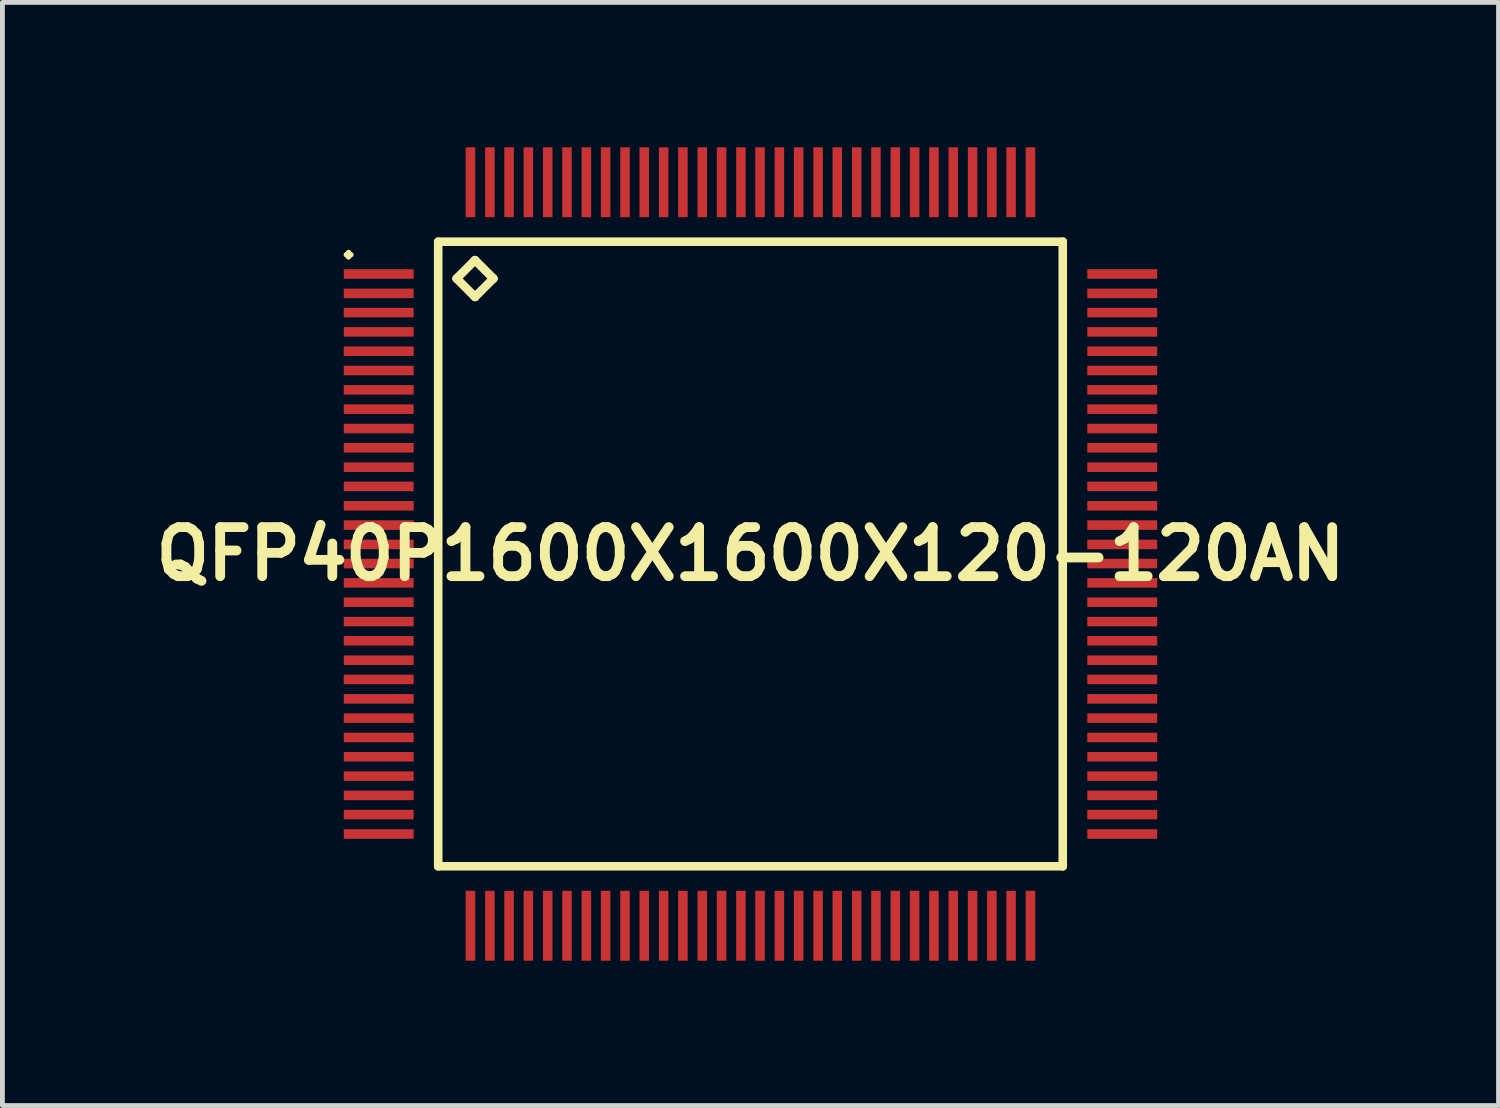
<source format=kicad_pcb>
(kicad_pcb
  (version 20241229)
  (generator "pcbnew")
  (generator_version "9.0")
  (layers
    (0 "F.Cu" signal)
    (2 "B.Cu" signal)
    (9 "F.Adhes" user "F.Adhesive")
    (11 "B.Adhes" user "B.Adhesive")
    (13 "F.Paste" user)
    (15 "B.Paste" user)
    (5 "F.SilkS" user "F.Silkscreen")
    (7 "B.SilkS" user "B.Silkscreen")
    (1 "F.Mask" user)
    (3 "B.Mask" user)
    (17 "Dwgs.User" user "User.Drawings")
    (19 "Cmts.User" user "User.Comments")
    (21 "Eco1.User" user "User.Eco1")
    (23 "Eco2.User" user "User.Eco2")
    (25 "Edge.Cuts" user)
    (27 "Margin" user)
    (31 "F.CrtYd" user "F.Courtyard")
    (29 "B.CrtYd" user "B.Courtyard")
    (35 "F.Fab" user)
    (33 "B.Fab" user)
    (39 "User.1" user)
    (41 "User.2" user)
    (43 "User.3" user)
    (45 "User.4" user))
  (footprint "QFP40P1600X1600X120-120AN"
    (layer "F.Cu")
    (at 12.492 8.423)
    (property "Reference" "QFP40P1600X1600X120-120AN" (at 0 0 0) (layer "F.SilkS") (effects (font (size 1.016 1.016) (thickness 0.203))))
    (attr smd)
    (fp_line (start -8.374 -6.198) (end -8.324 -6.248) (stroke (width 0.099) (type solid)) (layer "F.SilkS"))
    (fp_line (start -8.324 -6.248) (end -8.273 -6.198) (stroke (width 0.099) (type solid)) (layer "F.SilkS"))
    (fp_line (start -8.324 -6.149) (end -8.374 -6.198) (stroke (width 0.099) (type solid)) (layer "F.SilkS"))
    (fp_line (start -8.273 -6.198) (end -8.324 -6.149) (stroke (width 0.099) (type solid)) (layer "F.SilkS"))
    (fp_line (start -6.467 -6.467) (end -6.467 6.467) (stroke (width 0.178) (type solid)) (layer "F.SilkS"))
    (fp_line (start -6.467 6.467) (end 6.467 6.467) (stroke (width 0.178) (type solid)) (layer "F.SilkS"))
    (fp_line (start -6.086 -5.705) (end -5.705 -6.086) (stroke (width 0.178) (type solid)) (layer "F.SilkS"))
    (fp_line (start -5.705 -6.086) (end -5.324 -5.705) (stroke (width 0.178) (type solid)) (layer "F.SilkS"))
    (fp_line (start -5.705 -5.324) (end -6.086 -5.705) (stroke (width 0.178) (type solid)) (layer "F.SilkS"))
    (fp_line (start -5.324 -5.705) (end -5.705 -5.324) (stroke (width 0.178) (type solid)) (layer "F.SilkS"))
    (fp_line (start 6.467 -6.467) (end -6.467 -6.467) (stroke (width 0.178) (type solid)) (layer "F.SilkS"))
    (fp_line (start 6.467 6.467) (end 6.467 -6.467) (stroke (width 0.178) (type solid)) (layer "F.SilkS"))
    (pad "1" smd rect (at -7.699 -5.799) (size 1.448 0.198) (layers "F.Cu" "F.Mask" "F.Paste"))
    (pad "2" smd rect (at -7.699 -5.397) (size 1.448 0.198) (layers "F.Cu" "F.Mask" "F.Paste"))
    (pad "3" smd rect (at -7.699 -4.999) (size 1.448 0.198) (layers "F.Cu" "F.Mask" "F.Paste"))
    (pad "4" smd rect (at -7.699 -4.6) (size 1.448 0.198) (layers "F.Cu" "F.Mask" "F.Paste"))
    (pad "5" smd rect (at -7.699 -4.199) (size 1.448 0.198) (layers "F.Cu" "F.Mask" "F.Paste"))
    (pad "6" smd rect (at -7.699 -3.8) (size 1.448 0.198) (layers "F.Cu" "F.Mask" "F.Paste"))
    (pad "7" smd rect (at -7.699 -3.399) (size 1.448 0.198) (layers "F.Cu" "F.Mask" "F.Paste"))
    (pad "8" smd rect (at -7.699 -3) (size 1.448 0.198) (layers "F.Cu" "F.Mask" "F.Paste"))
    (pad "9" smd rect (at -7.699 -2.598) (size 1.448 0.198) (layers "F.Cu" "F.Mask" "F.Paste"))
    (pad "10" smd rect (at -7.699 -2.2) (size 1.448 0.198) (layers "F.Cu" "F.Mask" "F.Paste"))
    (pad "11" smd rect (at -7.699 -1.798) (size 1.448 0.198) (layers "F.Cu" "F.Mask" "F.Paste"))
    (pad "12" smd rect (at -7.699 -1.4) (size 1.448 0.198) (layers "F.Cu" "F.Mask" "F.Paste"))
    (pad "13" smd rect (at -7.699 -0.998) (size 1.448 0.198) (layers "F.Cu" "F.Mask" "F.Paste"))
    (pad "14" smd rect (at -7.699 -0.599) (size 1.448 0.198) (layers "F.Cu" "F.Mask" "F.Paste"))
    (pad "15" smd rect (at -7.699 -0.198) (size 1.448 0.198) (layers "F.Cu" "F.Mask" "F.Paste"))
    (pad "16" smd rect (at -7.699 0.198) (size 1.448 0.198) (layers "F.Cu" "F.Mask" "F.Paste"))
    (pad "17" smd rect (at -7.699 0.599) (size 1.448 0.198) (layers "F.Cu" "F.Mask" "F.Paste"))
    (pad "18" smd rect (at -7.699 0.998) (size 1.448 0.198) (layers "F.Cu" "F.Mask" "F.Paste"))
    (pad "19" smd rect (at -7.699 1.4) (size 1.448 0.198) (layers "F.Cu" "F.Mask" "F.Paste"))
    (pad "20" smd rect (at -7.699 1.798) (size 1.448 0.198) (layers "F.Cu" "F.Mask" "F.Paste"))
    (pad "21" smd rect (at -7.699 2.2) (size 1.448 0.198) (layers "F.Cu" "F.Mask" "F.Paste"))
    (pad "22" smd rect (at -7.699 2.598) (size 1.448 0.198) (layers "F.Cu" "F.Mask" "F.Paste"))
    (pad "23" smd rect (at -7.699 3) (size 1.448 0.198) (layers "F.Cu" "F.Mask" "F.Paste"))
    (pad "24" smd rect (at -7.699 3.399) (size 1.448 0.198) (layers "F.Cu" "F.Mask" "F.Paste"))
    (pad "25" smd rect (at -7.699 3.8) (size 1.448 0.198) (layers "F.Cu" "F.Mask" "F.Paste"))
    (pad "26" smd rect (at -7.699 4.199) (size 1.448 0.198) (layers "F.Cu" "F.Mask" "F.Paste"))
    (pad "27" smd rect (at -7.699 4.6) (size 1.448 0.198) (layers "F.Cu" "F.Mask" "F.Paste"))
    (pad "28" smd rect (at -7.699 4.999) (size 1.448 0.198) (layers "F.Cu" "F.Mask" "F.Paste"))
    (pad "29" smd rect (at -7.699 5.397) (size 1.448 0.198) (layers "F.Cu" "F.Mask" "F.Paste"))
    (pad "30" smd rect (at -7.699 5.799) (size 1.448 0.198) (layers "F.Cu" "F.Mask" "F.Paste"))
    (pad "31" smd rect (at -5.799 7.699) (size 0.198 1.448) (layers "F.Cu" "F.Mask" "F.Paste"))
    (pad "32" smd rect (at -5.397 7.699) (size 0.198 1.448) (layers "F.Cu" "F.Mask" "F.Paste"))
    (pad "33" smd rect (at -4.999 7.699) (size 0.198 1.448) (layers "F.Cu" "F.Mask" "F.Paste"))
    (pad "34" smd rect (at -4.6 7.699) (size 0.198 1.448) (layers "F.Cu" "F.Mask" "F.Paste"))
    (pad "35" smd rect (at -4.199 7.699) (size 0.198 1.448) (layers "F.Cu" "F.Mask" "F.Paste"))
    (pad "36" smd rect (at -3.8 7.699) (size 0.198 1.448) (layers "F.Cu" "F.Mask" "F.Paste"))
    (pad "37" smd rect (at -3.399 7.699) (size 0.198 1.448) (layers "F.Cu" "F.Mask" "F.Paste"))
    (pad "38" smd rect (at -3 7.699) (size 0.198 1.448) (layers "F.Cu" "F.Mask" "F.Paste"))
    (pad "39" smd rect (at -2.598 7.699) (size 0.198 1.448) (layers "F.Cu" "F.Mask" "F.Paste"))
    (pad "40" smd rect (at -2.2 7.699) (size 0.198 1.448) (layers "F.Cu" "F.Mask" "F.Paste"))
    (pad "41" smd rect (at -1.798 7.699) (size 0.198 1.448) (layers "F.Cu" "F.Mask" "F.Paste"))
    (pad "42" smd rect (at -1.4 7.699) (size 0.198 1.448) (layers "F.Cu" "F.Mask" "F.Paste"))
    (pad "43" smd rect (at -0.998 7.699) (size 0.198 1.448) (layers "F.Cu" "F.Mask" "F.Paste"))
    (pad "44" smd rect (at -0.599 7.699) (size 0.198 1.448) (layers "F.Cu" "F.Mask" "F.Paste"))
    (pad "45" smd rect (at -0.198 7.699) (size 0.198 1.448) (layers "F.Cu" "F.Mask" "F.Paste"))
    (pad "46" smd rect (at 0.198 7.699) (size 0.198 1.448) (layers "F.Cu" "F.Mask" "F.Paste"))
    (pad "47" smd rect (at 0.599 7.699) (size 0.198 1.448) (layers "F.Cu" "F.Mask" "F.Paste"))
    (pad "48" smd rect (at 0.998 7.699) (size 0.198 1.448) (layers "F.Cu" "F.Mask" "F.Paste"))
    (pad "49" smd rect (at 1.4 7.699) (size 0.198 1.448) (layers "F.Cu" "F.Mask" "F.Paste"))
    (pad "50" smd rect (at 1.798 7.699) (size 0.198 1.448) (layers "F.Cu" "F.Mask" "F.Paste"))
    (pad "51" smd rect (at 2.2 7.699) (size 0.198 1.448) (layers "F.Cu" "F.Mask" "F.Paste"))
    (pad "52" smd rect (at 2.598 7.699) (size 0.198 1.448) (layers "F.Cu" "F.Mask" "F.Paste"))
    (pad "53" smd rect (at 3 7.699) (size 0.198 1.448) (layers "F.Cu" "F.Mask" "F.Paste"))
    (pad "54" smd rect (at 3.399 7.699) (size 0.198 1.448) (layers "F.Cu" "F.Mask" "F.Paste"))
    (pad "55" smd rect (at 3.8 7.699) (size 0.198 1.448) (layers "F.Cu" "F.Mask" "F.Paste"))
    (pad "56" smd rect (at 4.199 7.699) (size 0.198 1.448) (layers "F.Cu" "F.Mask" "F.Paste"))
    (pad "57" smd rect (at 4.6 7.699) (size 0.198 1.448) (layers "F.Cu" "F.Mask" "F.Paste"))
    (pad "58" smd rect (at 4.999 7.699) (size 0.198 1.448) (layers "F.Cu" "F.Mask" "F.Paste"))
    (pad "59" smd rect (at 5.397 7.699) (size 0.198 1.448) (layers "F.Cu" "F.Mask" "F.Paste"))
    (pad "60" smd rect (at 5.799 7.699) (size 0.198 1.448) (layers "F.Cu" "F.Mask" "F.Paste"))
    (pad "61" smd rect (at 7.699 5.799) (size 1.448 0.198) (layers "F.Cu" "F.Mask" "F.Paste"))
    (pad "62" smd rect (at 7.699 5.397) (size 1.448 0.198) (layers "F.Cu" "F.Mask" "F.Paste"))
    (pad "63" smd rect (at 7.699 4.999) (size 1.448 0.198) (layers "F.Cu" "F.Mask" "F.Paste"))
    (pad "64" smd rect (at 7.699 4.6) (size 1.448 0.198) (layers "F.Cu" "F.Mask" "F.Paste"))
    (pad "65" smd rect (at 7.699 4.199) (size 1.448 0.198) (layers "F.Cu" "F.Mask" "F.Paste"))
    (pad "66" smd rect (at 7.699 3.8) (size 1.448 0.198) (layers "F.Cu" "F.Mask" "F.Paste"))
    (pad "67" smd rect (at 7.699 3.399) (size 1.448 0.198) (layers "F.Cu" "F.Mask" "F.Paste"))
    (pad "68" smd rect (at 7.699 3) (size 1.448 0.198) (layers "F.Cu" "F.Mask" "F.Paste"))
    (pad "69" smd rect (at 7.699 2.598) (size 1.448 0.198) (layers "F.Cu" "F.Mask" "F.Paste"))
    (pad "70" smd rect (at 7.699 2.2) (size 1.448 0.198) (layers "F.Cu" "F.Mask" "F.Paste"))
    (pad "71" smd rect (at 7.699 1.798) (size 1.448 0.198) (layers "F.Cu" "F.Mask" "F.Paste"))
    (pad "72" smd rect (at 7.699 1.4) (size 1.448 0.198) (layers "F.Cu" "F.Mask" "F.Paste"))
    (pad "73" smd rect (at 7.699 0.998) (size 1.448 0.198) (layers "F.Cu" "F.Mask" "F.Paste"))
    (pad "74" smd rect (at 7.699 0.599) (size 1.448 0.198) (layers "F.Cu" "F.Mask" "F.Paste"))
    (pad "75" smd rect (at 7.699 0.198) (size 1.448 0.198) (layers "F.Cu" "F.Mask" "F.Paste"))
    (pad "76" smd rect (at 7.699 -0.198) (size 1.448 0.198) (layers "F.Cu" "F.Mask" "F.Paste"))
    (pad "77" smd rect (at 7.699 -0.599) (size 1.448 0.198) (layers "F.Cu" "F.Mask" "F.Paste"))
    (pad "78" smd rect (at 7.699 -0.998) (size 1.448 0.198) (layers "F.Cu" "F.Mask" "F.Paste"))
    (pad "79" smd rect (at 7.699 -1.4) (size 1.448 0.198) (layers "F.Cu" "F.Mask" "F.Paste"))
    (pad "80" smd rect (at 7.699 -1.798) (size 1.448 0.198) (layers "F.Cu" "F.Mask" "F.Paste"))
    (pad "81" smd rect (at 7.699 -2.2) (size 1.448 0.198) (layers "F.Cu" "F.Mask" "F.Paste"))
    (pad "82" smd rect (at 7.699 -2.598) (size 1.448 0.198) (layers "F.Cu" "F.Mask" "F.Paste"))
    (pad "83" smd rect (at 7.699 -3) (size 1.448 0.198) (layers "F.Cu" "F.Mask" "F.Paste"))
    (pad "84" smd rect (at 7.699 -3.399) (size 1.448 0.198) (layers "F.Cu" "F.Mask" "F.Paste"))
    (pad "85" smd rect (at 7.699 -3.8) (size 1.448 0.198) (layers "F.Cu" "F.Mask" "F.Paste"))
    (pad "86" smd rect (at 7.699 -4.199) (size 1.448 0.198) (layers "F.Cu" "F.Mask" "F.Paste"))
    (pad "87" smd rect (at 7.699 -4.6) (size 1.448 0.198) (layers "F.Cu" "F.Mask" "F.Paste"))
    (pad "88" smd rect (at 7.699 -4.999) (size 1.448 0.198) (layers "F.Cu" "F.Mask" "F.Paste"))
    (pad "89" smd rect (at 7.699 -5.397) (size 1.448 0.198) (layers "F.Cu" "F.Mask" "F.Paste"))
    (pad "90" smd rect (at 7.699 -5.799) (size 1.448 0.198) (layers "F.Cu" "F.Mask" "F.Paste"))
    (pad "91" smd rect (at 5.799 -7.699) (size 0.198 1.448) (layers "F.Cu" "F.Mask" "F.Paste"))
    (pad "92" smd rect (at 5.397 -7.699) (size 0.198 1.448) (layers "F.Cu" "F.Mask" "F.Paste"))
    (pad "93" smd rect (at 4.999 -7.699) (size 0.198 1.448) (layers "F.Cu" "F.Mask" "F.Paste"))
    (pad "94" smd rect (at 4.6 -7.699) (size 0.198 1.448) (layers "F.Cu" "F.Mask" "F.Paste"))
    (pad "95" smd rect (at 4.199 -7.699) (size 0.198 1.448) (layers "F.Cu" "F.Mask" "F.Paste"))
    (pad "96" smd rect (at 3.8 -7.699) (size 0.198 1.448) (layers "F.Cu" "F.Mask" "F.Paste"))
    (pad "97" smd rect (at 3.399 -7.699) (size 0.198 1.448) (layers "F.Cu" "F.Mask" "F.Paste"))
    (pad "98" smd rect (at 3 -7.699) (size 0.198 1.448) (layers "F.Cu" "F.Mask" "F.Paste"))
    (pad "99" smd rect (at 2.598 -7.699) (size 0.198 1.448) (layers "F.Cu" "F.Mask" "F.Paste"))
    (pad "100" smd rect (at 2.2 -7.699) (size 0.198 1.448) (layers "F.Cu" "F.Mask" "F.Paste"))
    (pad "101" smd rect (at 1.798 -7.699) (size 0.198 1.448) (layers "F.Cu" "F.Mask" "F.Paste"))
    (pad "102" smd rect (at 1.4 -7.699) (size 0.198 1.448) (layers "F.Cu" "F.Mask" "F.Paste"))
    (pad "103" smd rect (at 0.998 -7.699) (size 0.198 1.448) (layers "F.Cu" "F.Mask" "F.Paste"))
    (pad "104" smd rect (at 0.599 -7.699) (size 0.198 1.448) (layers "F.Cu" "F.Mask" "F.Paste"))
    (pad "105" smd rect (at 0.198 -7.699) (size 0.198 1.448) (layers "F.Cu" "F.Mask" "F.Paste"))
    (pad "106" smd rect (at -0.198 -7.699) (size 0.198 1.448) (layers "F.Cu" "F.Mask" "F.Paste"))
    (pad "107" smd rect (at -0.599 -7.699) (size 0.198 1.448) (layers "F.Cu" "F.Mask" "F.Paste"))
    (pad "108" smd rect (at -0.998 -7.699) (size 0.198 1.448) (layers "F.Cu" "F.Mask" "F.Paste"))
    (pad "109" smd rect (at -1.4 -7.699) (size 0.198 1.448) (layers "F.Cu" "F.Mask" "F.Paste"))
    (pad "110" smd rect (at -1.798 -7.699) (size 0.198 1.448) (layers "F.Cu" "F.Mask" "F.Paste"))
    (pad "111" smd rect (at -2.2 -7.699) (size 0.198 1.448) (layers "F.Cu" "F.Mask" "F.Paste"))
    (pad "112" smd rect (at -2.598 -7.699) (size 0.198 1.448) (layers "F.Cu" "F.Mask" "F.Paste"))
    (pad "113" smd rect (at -3 -7.699) (size 0.198 1.448) (layers "F.Cu" "F.Mask" "F.Paste"))
    (pad "114" smd rect (at -3.399 -7.699) (size 0.198 1.448) (layers "F.Cu" "F.Mask" "F.Paste"))
    (pad "115" smd rect (at -3.8 -7.699) (size 0.198 1.448) (layers "F.Cu" "F.Mask" "F.Paste"))
    (pad "116" smd rect (at -4.199 -7.699) (size 0.198 1.448) (layers "F.Cu" "F.Mask" "F.Paste"))
    (pad "117" smd rect (at -4.6 -7.699) (size 0.198 1.448) (layers "F.Cu" "F.Mask" "F.Paste"))
    (pad "118" smd rect (at -4.999 -7.699) (size 0.198 1.448) (layers "F.Cu" "F.Mask" "F.Paste"))
    (pad "119" smd rect (at -5.397 -7.699) (size 0.198 1.448) (layers "F.Cu" "F.Mask" "F.Paste"))
    (pad "120" smd rect (at -5.799 -7.699) (size 0.198 1.448) (layers "F.Cu" "F.Mask" "F.Paste")))
  (gr_rect
    (start -3 -3)
    (end 27.984 19.845)
    (stroke (width 0.1) (type default))
    (fill no)
    (layer "Edge.Cuts")))
</source>
